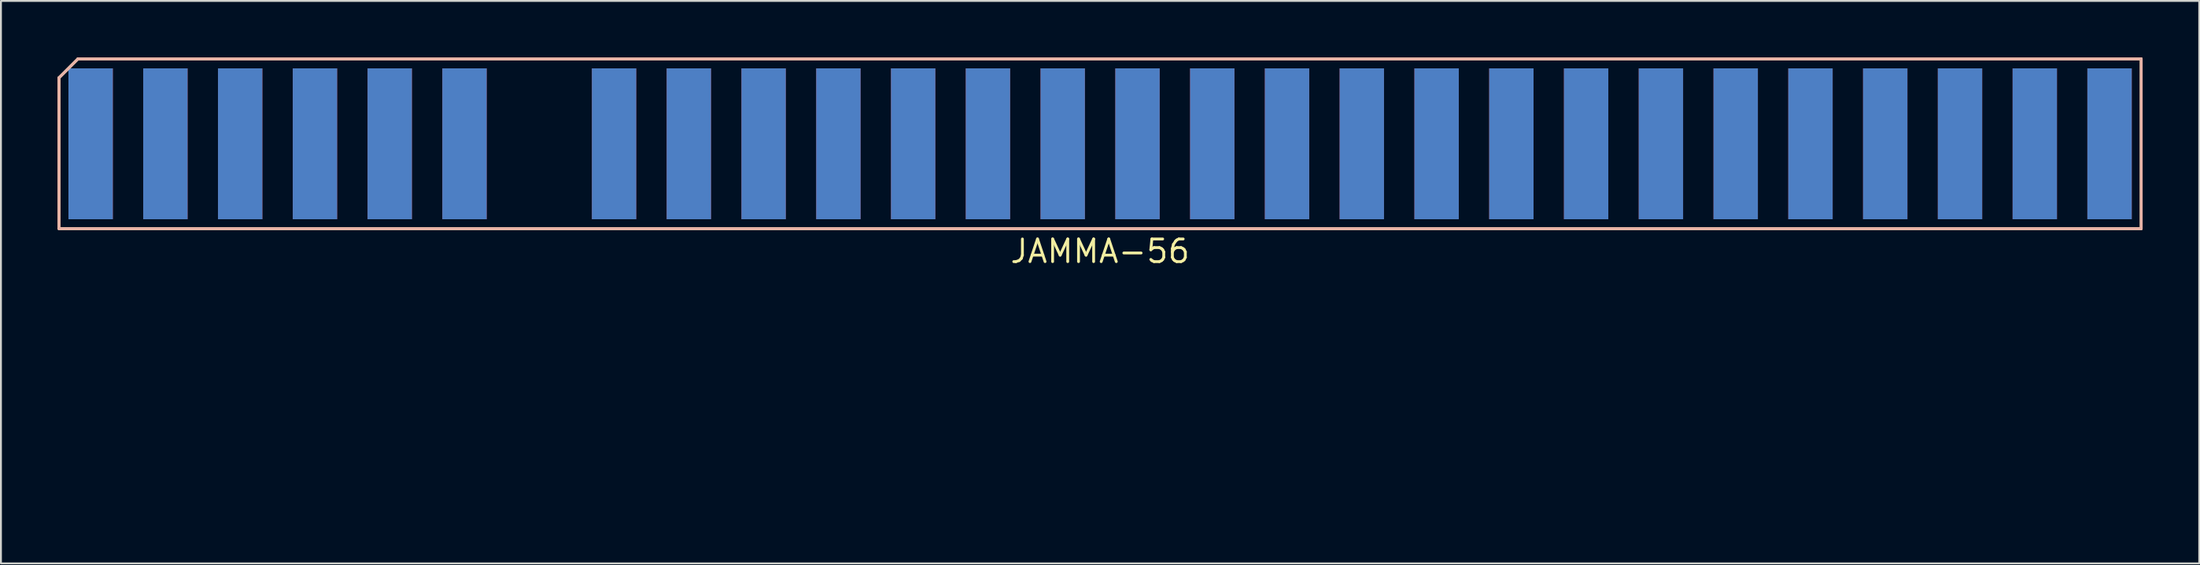
<source format=kicad_pcb>
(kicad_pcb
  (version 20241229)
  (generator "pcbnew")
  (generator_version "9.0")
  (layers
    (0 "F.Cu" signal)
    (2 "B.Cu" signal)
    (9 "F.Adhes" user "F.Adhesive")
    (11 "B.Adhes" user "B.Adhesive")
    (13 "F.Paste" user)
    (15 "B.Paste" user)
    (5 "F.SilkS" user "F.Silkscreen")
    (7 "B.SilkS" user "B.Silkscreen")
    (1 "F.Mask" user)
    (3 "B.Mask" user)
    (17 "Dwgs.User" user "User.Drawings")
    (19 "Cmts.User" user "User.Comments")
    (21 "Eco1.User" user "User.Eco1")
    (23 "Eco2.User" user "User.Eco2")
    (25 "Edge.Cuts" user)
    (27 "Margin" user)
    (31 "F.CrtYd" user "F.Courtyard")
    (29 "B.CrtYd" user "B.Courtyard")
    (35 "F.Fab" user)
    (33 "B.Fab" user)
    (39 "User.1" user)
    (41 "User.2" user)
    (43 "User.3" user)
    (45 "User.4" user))
  (footprint "JAMMA-56"
    (layer "F.Cu")
    (at 56.21 23.575)
    (property "Reference" "JAMMA-56" (at -1 -13.3 0) (layer "F.SilkS") (effects (font (size 1.2 1.2) (thickness 0.15))))
    (attr through_hole)
    (fp_line (start -56.135 -22.5) (end -56.135 -14.5) (stroke (width 0.15) (type solid)) (layer "F.SilkS"))
    (fp_line (start -56.135 -14.5) (end 54.135 -14.5) (stroke (width 0.15) (type solid)) (layer "F.SilkS"))
    (fp_line (start -55.135 -23.5) (end -56.135 -22.5) (stroke (width 0.15) (type solid)) (layer "F.SilkS"))
    (fp_line (start 54.135 -23.5) (end -55.135 -23.5) (stroke (width 0.15) (type solid)) (layer "F.SilkS"))
    (fp_line (start 54.135 -14.5) (end 54.135 -23.5) (stroke (width 0.15) (type solid)) (layer "F.SilkS"))
    (fp_line (start -56.135 -22.5) (end -56.135 -14.5) (stroke (width 0.15) (type solid)) (layer "B.SilkS"))
    (fp_line (start -56.135 -14.5) (end 54.135 -14.5) (stroke (width 0.15) (type solid)) (layer "B.SilkS"))
    (fp_line (start -55.135 -23.5) (end -56.135 -22.5) (stroke (width 0.15) (type solid)) (layer "B.SilkS"))
    (fp_line (start 54.135 -23.5) (end -55.135 -23.5) (stroke (width 0.15) (type solid)) (layer "B.SilkS"))
    (fp_line (start 54.135 -14.5) (end 54.135 -23.5) (stroke (width 0.15) (type solid)) (layer "B.SilkS"))
    (pad "1" smd rect (at -54.46 -19) (size 2.35 8) (layers "F.Cu" "F.Mask" "F.Paste"))
    (pad "2" smd rect (at -50.5 -19) (size 2.35 8) (layers "F.Cu" "F.Mask" "F.Paste"))
    (pad "3" smd rect (at -46.54 -19) (size 2.35 8) (layers "F.Cu" "F.Mask" "F.Paste"))
    (pad "4" smd rect (at -42.58 -19) (size 2.35 8) (layers "F.Cu" "F.Mask" "F.Paste"))
    (pad "5" smd rect (at -38.62 -19) (size 2.35 8) (layers "F.Cu" "F.Mask" "F.Paste"))
    (pad "6" smd rect (at -34.66 -19) (size 2.35 8) (layers "F.Cu" "F.Mask" "F.Paste"))
    (pad "8" smd rect (at -26.74 -19) (size 2.35 8) (layers "F.Cu" "F.Mask" "F.Paste"))
    (pad "9" smd rect (at -22.78 -19) (size 2.35 8) (layers "F.Cu" "F.Mask" "F.Paste"))
    (pad "10" smd rect (at -18.82 -19) (size 2.35 8) (layers "F.Cu" "F.Mask" "F.Paste"))
    (pad "11" smd rect (at -14.86 -19) (size 2.35 8) (layers "F.Cu" "F.Mask" "F.Paste"))
    (pad "12" smd rect (at -10.9 -19) (size 2.35 8) (layers "F.Cu" "F.Mask" "F.Paste"))
    (pad "13" smd rect (at -6.94 -19) (size 2.35 8) (layers "F.Cu" "F.Mask" "F.Paste"))
    (pad "14" smd rect (at -2.98 -19) (size 2.35 8) (layers "F.Cu" "F.Mask" "F.Paste"))
    (pad "15" smd rect (at 0.98 -19) (size 2.35 8) (layers "F.Cu" "F.Mask" "F.Paste"))
    (pad "16" smd rect (at 4.94 -19) (size 2.35 8) (layers "F.Cu" "F.Mask" "F.Paste"))
    (pad "17" smd rect (at 8.9 -19) (size 2.35 8) (layers "F.Cu" "F.Mask" "F.Paste"))
    (pad "18" smd rect (at 12.86 -19) (size 2.35 8) (layers "F.Cu" "F.Mask" "F.Paste"))
    (pad "19" smd rect (at 16.82 -19) (size 2.35 8) (layers "F.Cu" "F.Mask" "F.Paste"))
    (pad "20" smd rect (at 20.78 -19) (size 2.35 8) (layers "F.Cu" "F.Mask" "F.Paste"))
    (pad "21" smd rect (at 24.74 -19) (size 2.35 8) (layers "F.Cu" "F.Mask" "F.Paste"))
    (pad "22" smd rect (at 28.7 -19) (size 2.35 8) (layers "F.Cu" "F.Mask" "F.Paste"))
    (pad "23" smd rect (at 32.66 -19) (size 2.35 8) (layers "F.Cu" "F.Mask" "F.Paste"))
    (pad "24" smd rect (at 36.62 -19) (size 2.35 8) (layers "F.Cu" "F.Mask" "F.Paste"))
    (pad "25" smd rect (at 40.58 -19) (size 2.35 8) (layers "F.Cu" "F.Mask" "F.Paste"))
    (pad "26" smd rect (at 44.54 -19) (size 2.35 8) (layers "F.Cu" "F.Mask" "F.Paste"))
    (pad "27" smd rect (at 48.5 -19) (size 2.35 8) (layers "F.Cu" "F.Mask" "F.Paste"))
    (pad "28" smd rect (at 52.46 -19) (size 2.35 8) (layers "F.Cu" "F.Mask" "F.Paste"))
    (pad "A" smd rect (at -54.46 -19) (size 2.35 8) (layers "B.Cu" "B.Mask" "B.Paste"))
    (pad "B" smd rect (at -50.5 -19) (size 2.35 8) (layers "B.Cu" "B.Mask" "B.Paste"))
    (pad "C" smd rect (at -46.54 -19) (size 2.35 8) (layers "B.Cu" "B.Mask" "B.Paste"))
    (pad "D" smd rect (at -42.58 -19) (size 2.35 8) (layers "B.Cu" "B.Mask" "B.Paste"))
    (pad "E" smd rect (at -38.62 -19) (size 2.35 8) (layers "B.Cu" "B.Mask" "B.Paste"))
    (pad "F" smd rect (at -34.66 -19) (size 2.35 8) (layers "B.Cu" "B.Mask" "B.Paste"))
    (pad "J" smd rect (at -26.74 -19) (size 2.35 8) (layers "B.Cu" "B.Mask" "B.Paste"))
    (pad "K" smd rect (at -22.78 -19) (size 2.35 8) (layers "B.Cu" "B.Mask" "B.Paste"))
    (pad "L" smd rect (at -18.82 -19) (size 2.35 8) (layers "B.Cu" "B.Mask" "B.Paste"))
    (pad "M" smd rect (at -14.86 -19) (size 2.35 8) (layers "B.Cu" "B.Mask" "B.Paste"))
    (pad "N" smd rect (at -10.9 -19) (size 2.35 8) (layers "B.Cu" "B.Mask" "B.Paste"))
    (pad "P" smd rect (at -6.94 -19) (size 2.35 8) (layers "B.Cu" "B.Mask" "B.Paste"))
    (pad "R" smd rect (at -2.98 -19) (size 2.35 8) (layers "B.Cu" "B.Mask" "B.Paste"))
    (pad "S" smd rect (at 0.98 -19) (size 2.35 8) (layers "B.Cu" "B.Mask" "B.Paste"))
    (pad "T" smd rect (at 4.94 -19) (size 2.35 8) (layers "B.Cu" "B.Mask" "B.Paste"))
    (pad "U" smd rect (at 8.9 -19) (size 2.35 8) (layers "B.Cu" "B.Mask" "B.Paste"))
    (pad "V" smd rect (at 12.86 -19) (size 2.35 8) (layers "B.Cu" "B.Mask" "B.Paste"))
    (pad "W" smd rect (at 16.82 -19) (size 2.35 8) (layers "B.Cu" "B.Mask" "B.Paste"))
    (pad "X" smd rect (at 20.78 -19) (size 2.35 8) (layers "B.Cu" "B.Mask" "B.Paste"))
    (pad "Y" smd rect (at 24.74 -19) (size 2.35 8) (layers "B.Cu" "B.Mask" "B.Paste"))
    (pad "Z" smd rect (at 28.7 -19) (size 2.35 8) (layers "B.Cu" "B.Mask" "B.Paste"))
    (pad "a" smd rect (at 32.66 -19) (size 2.35 8) (layers "B.Cu" "B.Mask" "B.Paste"))
    (pad "b" smd rect (at 36.62 -19) (size 2.35 8) (layers "B.Cu" "B.Mask" "B.Paste"))
    (pad "c" smd rect (at 40.58 -19) (size 2.35 8) (layers "B.Cu" "B.Mask" "B.Paste"))
    (pad "d" smd rect (at 44.54 -19) (size 2.35 8) (layers "B.Cu" "B.Mask" "B.Paste"))
    (pad "e" smd rect (at 48.5 -19) (size 2.35 8) (layers "B.Cu" "B.Mask" "B.Paste"))
    (pad "f" smd rect (at 52.46 -19) (size 2.35 8) (layers "B.Cu" "B.Mask" "B.Paste")))
  (gr_rect
    (start -3 -3)
    (end 113.42 26.825)
    (stroke (width 0.1) (type default))
    (fill no)
    (layer "Edge.Cuts")))
</source>
